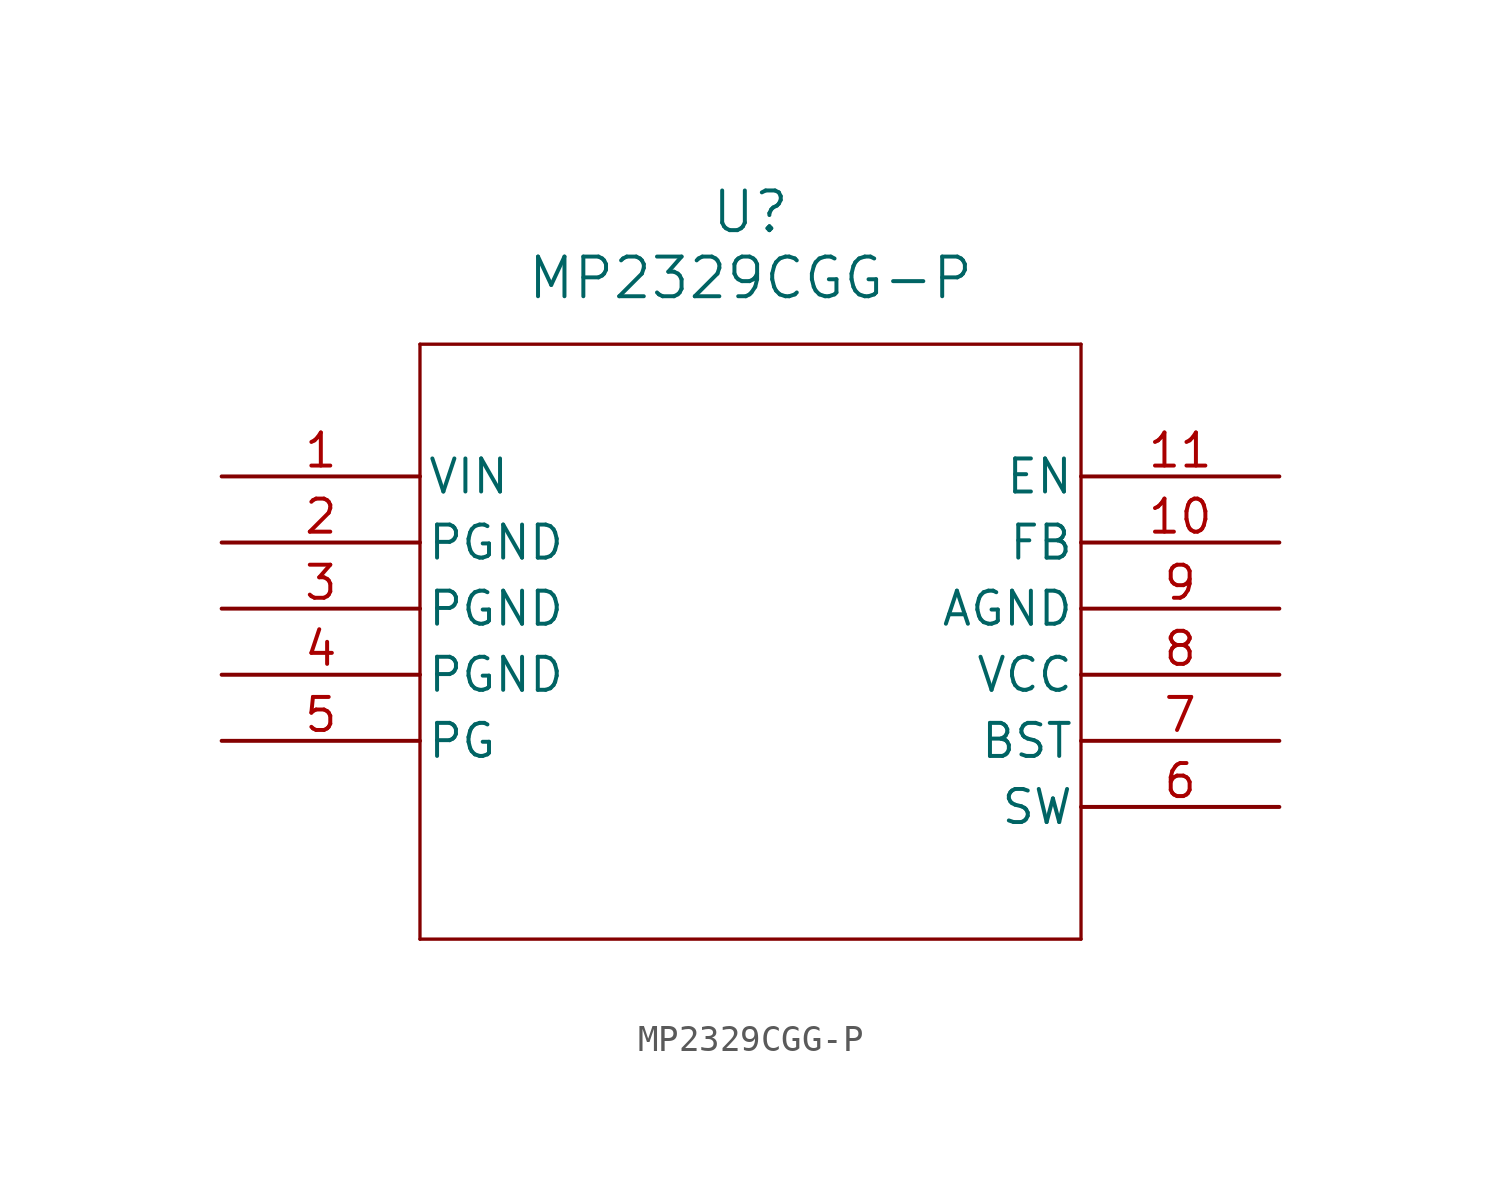
<source format=kicad_sym>
(kicad_symbol_lib
  (version 20211014)
  (generator kicad_symbol_editor)
  (symbol "MP2329CGG-P"
    (pin_names
      (offset 0.254))
    (property "Reference" "U"
      (at 20.32 10.16 0)
      (effects (font (size 1.524 1.524))))
    (property "Value" "MP2329CGG-P"
      (at 20.32 7.62 0)
      (effects (font (size 1.524 1.524))))
    (symbol "MP2329CGG-P_0_1"
      (polyline (pts (xy 7.62 5.08) (xy 7.62 -17.78)) (stroke (width 0.127) (type default) (color 0 0 0 0)) (fill (type none)))
      (polyline (pts (xy 7.62 -17.78) (xy 33.02 -17.78)) (stroke (width 0.127) (type default) (color 0 0 0 0)) (fill (type none)))
      (polyline (pts (xy 33.02 -17.78) (xy 33.02 5.08)) (stroke (width 0.127) (type default) (color 0 0 0 0)) (fill (type none)))
      (polyline (pts (xy 33.02 5.08) (xy 7.62 5.08)) (stroke (width 0.127) (type default) (color 0 0 0 0)) (fill (type none)))
      (pin power_in line (at 0 0 0) (length 7.62) (name "VIN" (effects (font (size 1.27 1.27)))) (number "1" (effects (font (size 1.27 1.27)))))
      (pin power_out line (at 0 -2.54 0) (length 7.62) (name "PGND" (effects (font (size 1.27 1.27)))) (number "2" (effects (font (size 1.27 1.27)))))
      (pin power_out line (at 0 -5.08 0) (length 7.62) (name "PGND" (effects (font (size 1.27 1.27)))) (number "3" (effects (font (size 1.27 1.27)))))
      (pin power_out line (at 0 -7.62 0) (length 7.62) (name "PGND" (effects (font (size 1.27 1.27)))) (number "4" (effects (font (size 1.27 1.27)))))
      (pin output line (at 0 -10.16 0) (length 7.62) (name "PG" (effects (font (size 1.27 1.27)))) (number "5" (effects (font (size 1.27 1.27)))))
      (pin output line (at 40.64 -12.7 180) (length 7.62) (name "SW" (effects (font (size 1.27 1.27)))) (number "6" (effects (font (size 1.27 1.27)))))
      (pin unspecified line (at 40.64 -10.16 180) (length 7.62) (name "BST" (effects (font (size 1.27 1.27)))) (number "7" (effects (font (size 1.27 1.27)))))
      (pin output line (at 40.64 -7.62 180) (length 7.62) (name "VCC" (effects (font (size 1.27 1.27)))) (number "8" (effects (font (size 1.27 1.27)))))
      (pin power_out line (at 40.64 -5.08 180) (length 7.62) (name "AGND" (effects (font (size 1.27 1.27)))) (number "9" (effects (font (size 1.27 1.27)))))
      (pin unspecified line (at 40.64 -2.54 180) (length 7.62) (name "FB" (effects (font (size 1.27 1.27)))) (number "10" (effects (font (size 1.27 1.27)))))
      (pin unspecified line (at 40.64 0 180) (length 7.62) (name "EN" (effects (font (size 1.27 1.27)))) (number "11" (effects (font (size 1.27 1.27))))))))
</source>
